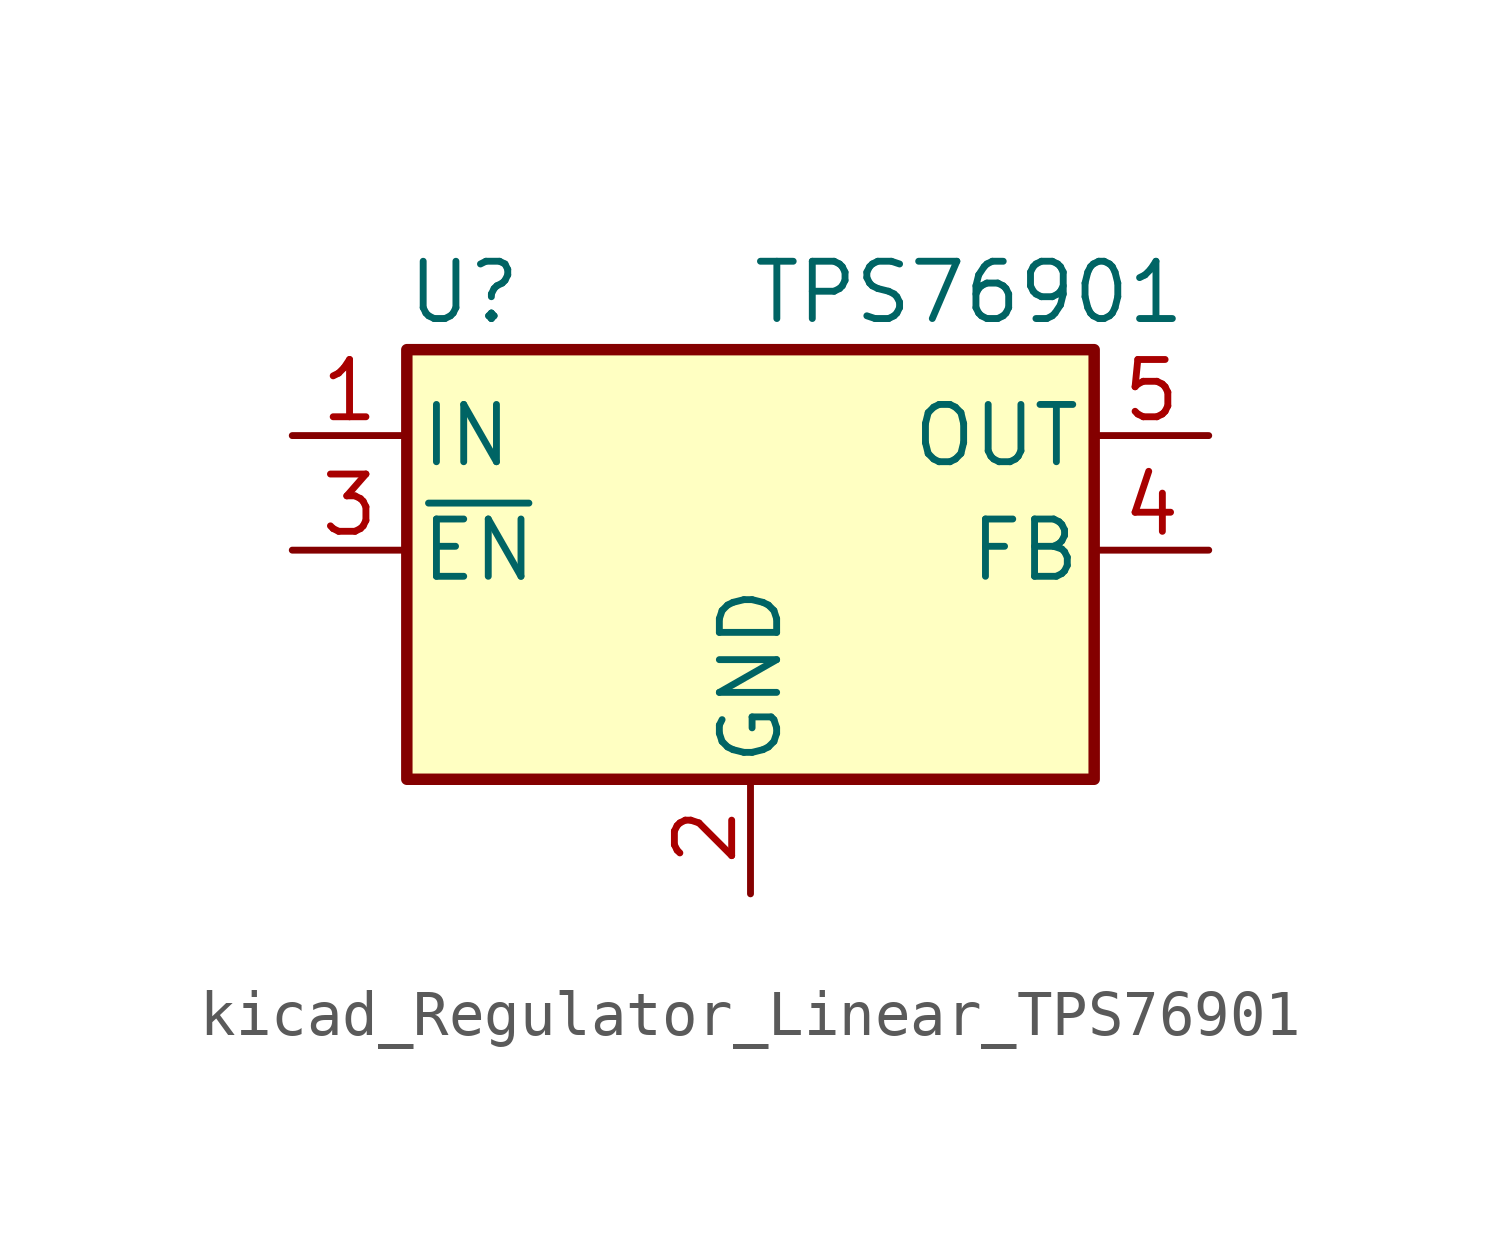
<source format=kicad_sym>
(kicad_symbol_lib
  (version 20220914)
  (generator kicad_symbol_editor)
  (symbol "kicad_Regulator_Linear_TPS76901"
    (pin_names
      (offset 0.254))
    (property "Reference" "U"
      (at -6.35 5.715 0)
      (effects (font (size 1.27 1.27))))
    (property "Value" "TPS76901"
      (at 0 5.715 0)
      (effects (font (size 1.27 1.27)) (justify left)))
    (symbol "kicad_Regulator_Linear_TPS76901_0_1"
      (rectangle (start -7.62 4.445) (end 7.62 -5.08) (stroke (width 0.254) (type default)) (fill (type background))))
    (symbol "kicad_Regulator_Linear_TPS76901_1_1"
      (pin power_in line (at -10.16 2.54 0) (length 2.54) (name "IN" (effects (font (size 1.27 1.27)))) (number "1" (effects (font (size 1.27 1.27)))))
      (pin power_in line (at 0 -7.62 90) (length 2.54) (name "GND" (effects (font (size 1.27 1.27)))) (number "2" (effects (font (size 1.27 1.27)))))
      (pin input line (at -10.16 0 0) (length 2.54) (name "~{EN}" (effects (font (size 1.27 1.27)))) (number "3" (effects (font (size 1.27 1.27)))))
      (pin input line (at 10.16 0 180) (length 2.54) (name "FB" (effects (font (size 1.27 1.27)))) (number "4" (effects (font (size 1.27 1.27)))))
      (pin power_out line (at 10.16 2.54 180) (length 2.54) (name "OUT" (effects (font (size 1.27 1.27)))) (number "5" (effects (font (size 1.27 1.27))))))))
</source>
